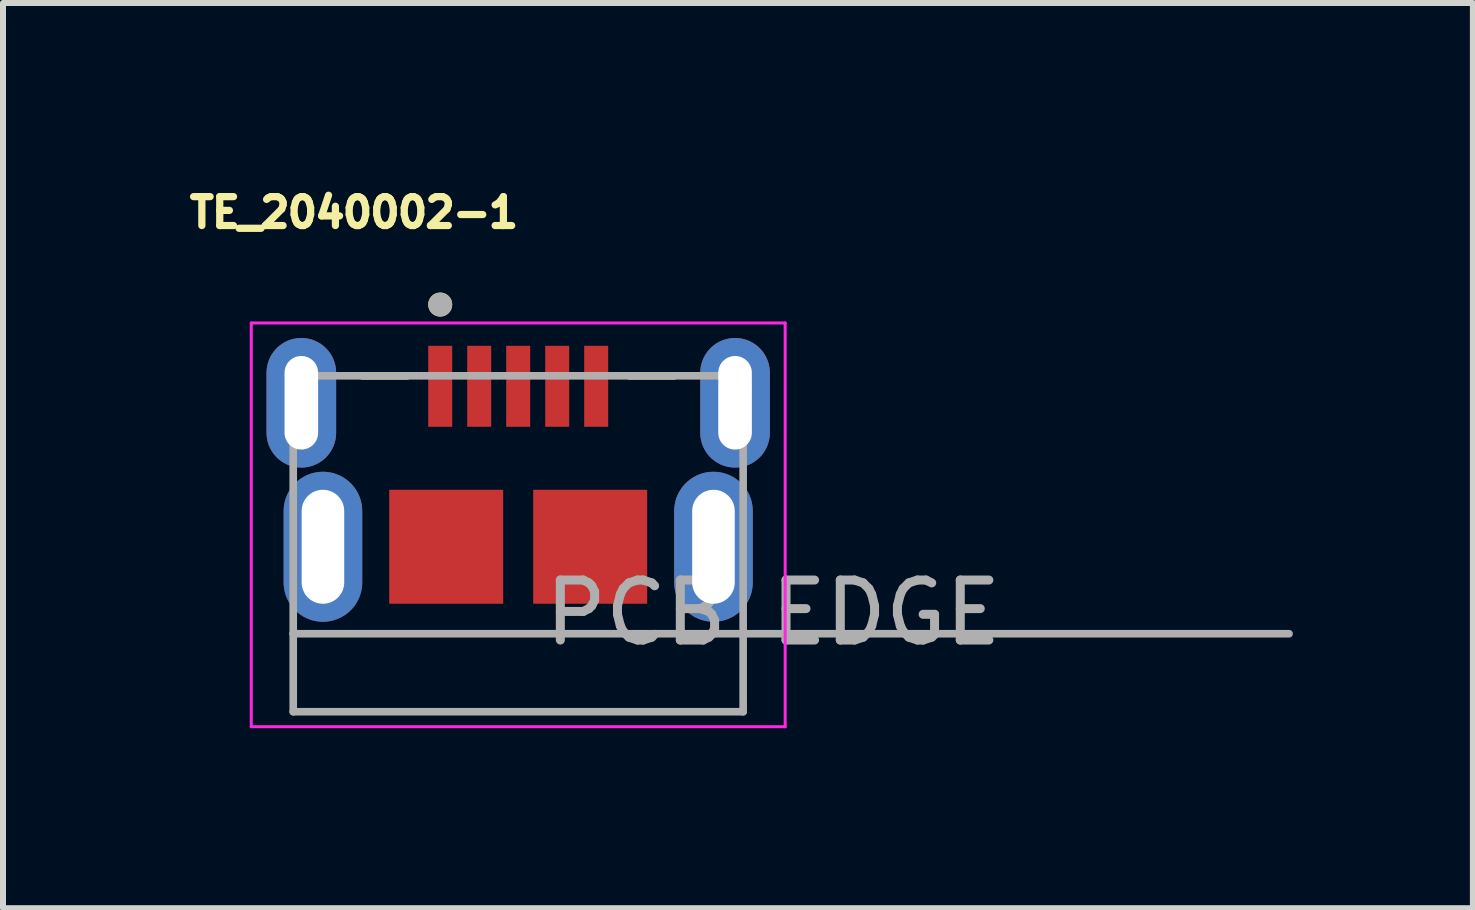
<source format=kicad_pcb>
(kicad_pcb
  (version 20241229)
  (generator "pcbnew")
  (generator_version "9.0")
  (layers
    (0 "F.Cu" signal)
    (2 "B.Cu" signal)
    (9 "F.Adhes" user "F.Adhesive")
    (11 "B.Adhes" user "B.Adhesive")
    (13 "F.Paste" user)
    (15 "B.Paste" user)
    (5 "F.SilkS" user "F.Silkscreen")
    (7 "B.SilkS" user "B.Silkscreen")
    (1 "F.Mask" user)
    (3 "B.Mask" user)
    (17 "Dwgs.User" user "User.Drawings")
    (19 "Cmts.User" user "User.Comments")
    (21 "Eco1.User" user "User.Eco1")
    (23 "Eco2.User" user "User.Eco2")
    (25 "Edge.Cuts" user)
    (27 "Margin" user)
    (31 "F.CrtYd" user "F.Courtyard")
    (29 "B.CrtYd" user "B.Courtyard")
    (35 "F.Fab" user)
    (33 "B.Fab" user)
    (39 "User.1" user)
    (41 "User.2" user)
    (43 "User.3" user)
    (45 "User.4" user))
  (footprint "TE_2040002-1"
    (layer "F.Cu")
    (at 5.588 6.064)
    (property "Reference" "TE_2040002-1" (at -2.737 -5.571 0) (layer "F.SilkS") (effects (font (size 0.482 0.482) (thickness 0.15))))
    (attr smd)
    (fp_poly (pts (xy -4.295 -1.9) (xy -4.295 -2.9) (xy -4.294 -2.936) (xy -4.291 -2.971) (xy -4.287 -3.006) (xy -4.28 -3.041) (xy -4.272 -3.076) (xy -4.262 -3.11) (xy -4.25 -3.144) (xy -4.236 -3.177) (xy -4.221 -3.209) (xy -4.204 -3.24) (xy -4.185 -3.27) (xy -4.165 -3.3) (xy -4.143 -3.328) (xy -4.12 -3.355) (xy -4.096 -3.381) (xy -4.07 -3.405) (xy -4.043 -3.428) (xy -4.015 -3.45) (xy -3.985 -3.47) (xy -3.955 -3.489) (xy -3.924 -3.506) (xy -3.892 -3.521) (xy -3.859 -3.535) (xy -3.825 -3.547) (xy -3.791 -3.557) (xy -3.756 -3.565) (xy -3.721 -3.572) (xy -3.686 -3.576) (xy -3.651 -3.579) (xy -3.615 -3.58) (xy -3.579 -3.579) (xy -3.544 -3.576) (xy -3.509 -3.572) (xy -3.474 -3.565) (xy -3.439 -3.557) (xy -3.405 -3.547) (xy -3.371 -3.535) (xy -3.338 -3.521) (xy -3.306 -3.506) (xy -3.275 -3.489) (xy -3.245 -3.47) (xy -3.215 -3.45) (xy -3.187 -3.428) (xy -3.16 -3.405) (xy -3.134 -3.381) (xy -3.11 -3.355) (xy -3.087 -3.328) (xy -3.065 -3.3) (xy -3.045 -3.27) (xy -3.026 -3.24) (xy -3.009 -3.209) (xy -2.994 -3.177) (xy -2.98 -3.144) (xy -2.968 -3.11) (xy -2.958 -3.076) (xy -2.95 -3.041) (xy -2.943 -3.006) (xy -2.939 -2.971) (xy -2.936 -2.936) (xy -2.935 -2.9) (xy -2.935 -1.9) (xy -2.936 -1.864) (xy -2.939 -1.829) (xy -2.943 -1.794) (xy -2.95 -1.759) (xy -2.958 -1.724) (xy -2.968 -1.69) (xy -2.98 -1.656) (xy -2.994 -1.623) (xy -3.009 -1.591) (xy -3.026 -1.56) (xy -3.045 -1.53) (xy -3.065 -1.5) (xy -3.087 -1.472) (xy -3.11 -1.445) (xy -3.134 -1.419) (xy -3.16 -1.395) (xy -3.187 -1.372) (xy -3.215 -1.35) (xy -3.245 -1.33) (xy -3.275 -1.311) (xy -3.306 -1.294) (xy -3.338 -1.279) (xy -3.371 -1.265) (xy -3.405 -1.253) (xy -3.439 -1.243) (xy -3.474 -1.235) (xy -3.509 -1.228) (xy -3.544 -1.224) (xy -3.579 -1.221) (xy -3.615 -1.22) (xy -3.651 -1.221) (xy -3.686 -1.224) (xy -3.721 -1.228) (xy -3.756 -1.235) (xy -3.791 -1.243) (xy -3.825 -1.253) (xy -3.859 -1.265) (xy -3.892 -1.279) (xy -3.924 -1.294) (xy -3.955 -1.311) (xy -3.985 -1.33) (xy -4.015 -1.35) (xy -4.043 -1.372) (xy -4.07 -1.395) (xy -4.096 -1.419) (xy -4.12 -1.445) (xy -4.143 -1.472) (xy -4.165 -1.5) (xy -4.185 -1.53) (xy -4.204 -1.56) (xy -4.221 -1.591) (xy -4.236 -1.623) (xy -4.25 -1.656) (xy -4.262 -1.69) (xy -4.272 -1.724) (xy -4.28 -1.759) (xy -4.287 -1.794) (xy -4.291 -1.829) (xy -4.294 -1.864) (xy -4.295 -1.9)) (stroke (width 0.01) (type solid)) (fill yes) (layer "F.Mask"))
    (fp_poly (pts (xy 2.935 -1.9) (xy 2.935 -2.9) (xy 2.936 -2.936) (xy 2.939 -2.971) (xy 2.943 -3.006) (xy 2.95 -3.041) (xy 2.958 -3.076) (xy 2.968 -3.11) (xy 2.98 -3.144) (xy 2.994 -3.177) (xy 3.009 -3.209) (xy 3.026 -3.24) (xy 3.045 -3.27) (xy 3.065 -3.3) (xy 3.087 -3.328) (xy 3.11 -3.355) (xy 3.134 -3.381) (xy 3.16 -3.405) (xy 3.187 -3.428) (xy 3.215 -3.45) (xy 3.245 -3.47) (xy 3.275 -3.489) (xy 3.306 -3.506) (xy 3.338 -3.521) (xy 3.371 -3.535) (xy 3.405 -3.547) (xy 3.439 -3.557) (xy 3.474 -3.565) (xy 3.509 -3.572) (xy 3.544 -3.576) (xy 3.579 -3.579) (xy 3.615 -3.58) (xy 3.651 -3.579) (xy 3.686 -3.576) (xy 3.721 -3.572) (xy 3.756 -3.565) (xy 3.791 -3.557) (xy 3.825 -3.547) (xy 3.859 -3.535) (xy 3.892 -3.521) (xy 3.924 -3.506) (xy 3.955 -3.489) (xy 3.985 -3.47) (xy 4.015 -3.45) (xy 4.043 -3.428) (xy 4.07 -3.405) (xy 4.096 -3.381) (xy 4.12 -3.355) (xy 4.143 -3.328) (xy 4.165 -3.3) (xy 4.185 -3.27) (xy 4.204 -3.24) (xy 4.221 -3.209) (xy 4.236 -3.177) (xy 4.25 -3.144) (xy 4.262 -3.11) (xy 4.272 -3.076) (xy 4.28 -3.041) (xy 4.287 -3.006) (xy 4.291 -2.971) (xy 4.294 -2.936) (xy 4.295 -2.9) (xy 4.295 -1.9) (xy 4.294 -1.864) (xy 4.291 -1.829) (xy 4.287 -1.794) (xy 4.28 -1.759) (xy 4.272 -1.724) (xy 4.262 -1.69) (xy 4.25 -1.656) (xy 4.236 -1.623) (xy 4.221 -1.591) (xy 4.204 -1.56) (xy 4.185 -1.53) (xy 4.165 -1.5) (xy 4.143 -1.472) (xy 4.12 -1.445) (xy 4.096 -1.419) (xy 4.07 -1.395) (xy 4.043 -1.372) (xy 4.015 -1.35) (xy 3.985 -1.33) (xy 3.955 -1.311) (xy 3.924 -1.294) (xy 3.892 -1.279) (xy 3.859 -1.265) (xy 3.825 -1.253) (xy 3.791 -1.243) (xy 3.756 -1.235) (xy 3.721 -1.228) (xy 3.686 -1.224) (xy 3.651 -1.221) (xy 3.615 -1.22) (xy 3.579 -1.221) (xy 3.544 -1.224) (xy 3.509 -1.228) (xy 3.474 -1.235) (xy 3.439 -1.243) (xy 3.405 -1.253) (xy 3.371 -1.265) (xy 3.338 -1.279) (xy 3.306 -1.294) (xy 3.275 -1.311) (xy 3.245 -1.33) (xy 3.215 -1.35) (xy 3.187 -1.372) (xy 3.16 -1.395) (xy 3.134 -1.419) (xy 3.11 -1.445) (xy 3.087 -1.472) (xy 3.065 -1.5) (xy 3.045 -1.53) (xy 3.026 -1.56) (xy 3.009 -1.591) (xy 2.994 -1.623) (xy 2.98 -1.656) (xy 2.968 -1.69) (xy 2.958 -1.724) (xy 2.95 -1.759) (xy 2.943 -1.794) (xy 2.939 -1.829) (xy 2.936 -1.864) (xy 2.935 -1.9)) (stroke (width 0.01) (type solid)) (fill yes) (layer "F.Mask"))
    (fp_poly (pts (xy -4.295 -1.9) (xy -4.295 -2.9) (xy -4.294 -2.936) (xy -4.291 -2.971) (xy -4.287 -3.006) (xy -4.28 -3.041) (xy -4.272 -3.076) (xy -4.262 -3.11) (xy -4.25 -3.144) (xy -4.236 -3.177) (xy -4.221 -3.209) (xy -4.204 -3.24) (xy -4.185 -3.27) (xy -4.165 -3.3) (xy -4.143 -3.328) (xy -4.12 -3.355) (xy -4.096 -3.381) (xy -4.07 -3.405) (xy -4.043 -3.428) (xy -4.015 -3.45) (xy -3.985 -3.47) (xy -3.955 -3.489) (xy -3.924 -3.506) (xy -3.892 -3.521) (xy -3.859 -3.535) (xy -3.825 -3.547) (xy -3.791 -3.557) (xy -3.756 -3.565) (xy -3.721 -3.572) (xy -3.686 -3.576) (xy -3.651 -3.579) (xy -3.615 -3.58) (xy -3.579 -3.579) (xy -3.544 -3.576) (xy -3.509 -3.572) (xy -3.474 -3.565) (xy -3.439 -3.557) (xy -3.405 -3.547) (xy -3.371 -3.535) (xy -3.338 -3.521) (xy -3.306 -3.506) (xy -3.275 -3.489) (xy -3.245 -3.47) (xy -3.215 -3.45) (xy -3.187 -3.428) (xy -3.16 -3.405) (xy -3.134 -3.381) (xy -3.11 -3.355) (xy -3.087 -3.328) (xy -3.065 -3.3) (xy -3.045 -3.27) (xy -3.026 -3.24) (xy -3.009 -3.209) (xy -2.994 -3.177) (xy -2.98 -3.144) (xy -2.968 -3.11) (xy -2.958 -3.076) (xy -2.95 -3.041) (xy -2.943 -3.006) (xy -2.939 -2.971) (xy -2.936 -2.936) (xy -2.935 -2.9) (xy -2.935 -1.9) (xy -2.936 -1.864) (xy -2.939 -1.829) (xy -2.943 -1.794) (xy -2.95 -1.759) (xy -2.958 -1.724) (xy -2.968 -1.69) (xy -2.98 -1.656) (xy -2.994 -1.623) (xy -3.009 -1.591) (xy -3.026 -1.56) (xy -3.045 -1.53) (xy -3.065 -1.5) (xy -3.087 -1.472) (xy -3.11 -1.445) (xy -3.134 -1.419) (xy -3.16 -1.395) (xy -3.187 -1.372) (xy -3.215 -1.35) (xy -3.245 -1.33) (xy -3.275 -1.311) (xy -3.306 -1.294) (xy -3.338 -1.279) (xy -3.371 -1.265) (xy -3.405 -1.253) (xy -3.439 -1.243) (xy -3.474 -1.235) (xy -3.509 -1.228) (xy -3.544 -1.224) (xy -3.579 -1.221) (xy -3.615 -1.22) (xy -3.651 -1.221) (xy -3.686 -1.224) (xy -3.721 -1.228) (xy -3.756 -1.235) (xy -3.791 -1.243) (xy -3.825 -1.253) (xy -3.859 -1.265) (xy -3.892 -1.279) (xy -3.924 -1.294) (xy -3.955 -1.311) (xy -3.985 -1.33) (xy -4.015 -1.35) (xy -4.043 -1.372) (xy -4.07 -1.395) (xy -4.096 -1.419) (xy -4.12 -1.445) (xy -4.143 -1.472) (xy -4.165 -1.5) (xy -4.185 -1.53) (xy -4.204 -1.56) (xy -4.221 -1.591) (xy -4.236 -1.623) (xy -4.25 -1.656) (xy -4.262 -1.69) (xy -4.272 -1.724) (xy -4.28 -1.759) (xy -4.287 -1.794) (xy -4.291 -1.829) (xy -4.294 -1.864) (xy -4.295 -1.9)) (stroke (width 0.01) (type solid)) (fill yes) (layer "B.Mask"))
    (fp_poly (pts (xy 2.935 -1.9) (xy 2.935 -2.9) (xy 2.936 -2.936) (xy 2.939 -2.971) (xy 2.943 -3.006) (xy 2.95 -3.041) (xy 2.958 -3.076) (xy 2.968 -3.11) (xy 2.98 -3.144) (xy 2.994 -3.177) (xy 3.009 -3.209) (xy 3.026 -3.24) (xy 3.045 -3.27) (xy 3.065 -3.3) (xy 3.087 -3.328) (xy 3.11 -3.355) (xy 3.134 -3.381) (xy 3.16 -3.405) (xy 3.187 -3.428) (xy 3.215 -3.45) (xy 3.245 -3.47) (xy 3.275 -3.489) (xy 3.306 -3.506) (xy 3.338 -3.521) (xy 3.371 -3.535) (xy 3.405 -3.547) (xy 3.439 -3.557) (xy 3.474 -3.565) (xy 3.509 -3.572) (xy 3.544 -3.576) (xy 3.579 -3.579) (xy 3.615 -3.58) (xy 3.651 -3.579) (xy 3.686 -3.576) (xy 3.721 -3.572) (xy 3.756 -3.565) (xy 3.791 -3.557) (xy 3.825 -3.547) (xy 3.859 -3.535) (xy 3.892 -3.521) (xy 3.924 -3.506) (xy 3.955 -3.489) (xy 3.985 -3.47) (xy 4.015 -3.45) (xy 4.043 -3.428) (xy 4.07 -3.405) (xy 4.096 -3.381) (xy 4.12 -3.355) (xy 4.143 -3.328) (xy 4.165 -3.3) (xy 4.185 -3.27) (xy 4.204 -3.24) (xy 4.221 -3.209) (xy 4.236 -3.177) (xy 4.25 -3.144) (xy 4.262 -3.11) (xy 4.272 -3.076) (xy 4.28 -3.041) (xy 4.287 -3.006) (xy 4.291 -2.971) (xy 4.294 -2.936) (xy 4.295 -2.9) (xy 4.295 -1.9) (xy 4.294 -1.864) (xy 4.291 -1.829) (xy 4.287 -1.794) (xy 4.28 -1.759) (xy 4.272 -1.724) (xy 4.262 -1.69) (xy 4.25 -1.656) (xy 4.236 -1.623) (xy 4.221 -1.591) (xy 4.204 -1.56) (xy 4.185 -1.53) (xy 4.165 -1.5) (xy 4.143 -1.472) (xy 4.12 -1.445) (xy 4.096 -1.419) (xy 4.07 -1.395) (xy 4.043 -1.372) (xy 4.015 -1.35) (xy 3.985 -1.33) (xy 3.955 -1.311) (xy 3.924 -1.294) (xy 3.892 -1.279) (xy 3.859 -1.265) (xy 3.825 -1.253) (xy 3.791 -1.243) (xy 3.756 -1.235) (xy 3.721 -1.228) (xy 3.686 -1.224) (xy 3.651 -1.221) (xy 3.615 -1.22) (xy 3.579 -1.221) (xy 3.544 -1.224) (xy 3.509 -1.228) (xy 3.474 -1.235) (xy 3.439 -1.243) (xy 3.405 -1.253) (xy 3.371 -1.265) (xy 3.338 -1.279) (xy 3.306 -1.294) (xy 3.275 -1.311) (xy 3.245 -1.33) (xy 3.215 -1.35) (xy 3.187 -1.372) (xy 3.16 -1.395) (xy 3.134 -1.419) (xy 3.11 -1.445) (xy 3.087 -1.472) (xy 3.065 -1.5) (xy 3.045 -1.53) (xy 3.026 -1.56) (xy 3.009 -1.591) (xy 2.994 -1.623) (xy 2.98 -1.656) (xy 2.968 -1.69) (xy 2.958 -1.724) (xy 2.95 -1.759) (xy 2.943 -1.794) (xy 2.939 -1.829) (xy 2.936 -1.864) (xy 2.935 -1.9)) (stroke (width 0.01) (type solid)) (fill yes) (layer "B.Mask"))
    (fp_line (start -2.6 -2.85) (end -1.85 -2.85) (stroke (width 0.127) (type solid)) (layer "F.SilkS"))
    (fp_line (start 1.85 -2.85) (end 2.6 -2.85) (stroke (width 0.127) (type solid)) (layer "F.SilkS"))
    (fp_circle (center -1.3 -4.037) (end -1.2 -4.037) (stroke (width 0.2) (type solid)) (fill no) (layer "F.SilkS"))
    (fp_line (start -4.45 -3.73) (end 4.45 -3.73) (stroke (width 0.05) (type solid)) (layer "F.CrtYd"))
    (fp_line (start -4.45 3) (end -4.45 -3.73) (stroke (width 0.05) (type solid)) (layer "F.CrtYd"))
    (fp_line (start 4.45 -3.73) (end 4.45 3) (stroke (width 0.05) (type solid)) (layer "F.CrtYd"))
    (fp_line (start 4.45 3) (end -4.45 3) (stroke (width 0.05) (type solid)) (layer "F.CrtYd"))
    (fp_line (start -3.75 -2.85) (end -3.75 1.45) (stroke (width 0.127) (type solid)) (layer "F.Fab"))
    (fp_line (start -3.75 1.45) (end -3.75 2.75) (stroke (width 0.127) (type solid)) (layer "F.Fab"))
    (fp_line (start -3.75 1.45) (end 3.75 1.45) (stroke (width 0.127) (type solid)) (layer "F.Fab"))
    (fp_line (start -3.75 2.75) (end 3.75 2.75) (stroke (width 0.127) (type solid)) (layer "F.Fab"))
    (fp_line (start 3.75 -2.85) (end -3.75 -2.85) (stroke (width 0.127) (type solid)) (layer "F.Fab"))
    (fp_line (start 3.75 1.45) (end 3.75 -2.85) (stroke (width 0.127) (type solid)) (layer "F.Fab"))
    (fp_line (start 3.75 1.45) (end 12.85 1.45) (stroke (width 0.127) (type solid)) (layer "F.Fab"))
    (fp_line (start 3.75 2.75) (end 3.75 1.45) (stroke (width 0.127) (type solid)) (layer "F.Fab"))
    (fp_circle (center -1.3 -4.037) (end -1.2 -4.037) (stroke (width 0.2) (type solid)) (fill no) (layer "F.Fab"))
    (fp_text user "PCB EDGE" (at 4.25 1.1 0) (layer "F.Fab") (effects (font (size 1 1) (thickness 0.15))))
    (pad "1" smd rect (at -1.3 -2.675) (size 0.4 1.35) (layers "F.Cu" "F.Mask" "F.Paste"))
    (pad "2" smd rect (at -0.65 -2.675) (size 0.4 1.35) (layers "F.Cu" "F.Mask" "F.Paste"))
    (pad "3" smd rect (at 0 -2.675) (size 0.4 1.35) (layers "F.Cu" "F.Mask" "F.Paste"))
    (pad "4" smd rect (at 0.65 -2.675) (size 0.4 1.35) (layers "F.Cu" "F.Mask" "F.Paste"))
    (pad "5" smd rect (at 1.3 -2.675) (size 0.4 1.35) (layers "F.Cu" "F.Mask" "F.Paste"))
    (pad "SH1" smd rect (at -1.2 0) (size 1.9 1.9) (layers "F.Cu" "F.Mask" "F.Paste"))
    (pad "SH2" smd rect (at 1.2 0) (size 1.9 1.9) (layers "F.Cu" "F.Mask" "F.Paste"))
    (pad "SH3" thru_hole oval (at -3.615 -2.4) (size 1.16 2.16) (drill oval 0.56 1.56) (layers "*.Cu"))
    (pad "SH4" thru_hole oval (at 3.615 -2.4) (size 1.16 2.16) (drill oval 0.56 1.56) (layers "*.Cu"))
    (pad "SH5" thru_hole oval (at 3.255 0) (size 1.31 2.5) (drill oval 0.71 1.9) (layers "*.Cu" "*.Mask"))
    (pad "SH6" thru_hole oval (at -3.255 0) (size 1.31 2.5) (drill oval 0.71 1.9) (layers "*.Cu" "*.Mask")))
  (gr_rect
    (start -3 -3)
    (end 21.502 12.089)
    (stroke (width 0.1) (type default))
    (fill no)
    (layer "Edge.Cuts")))
</source>
